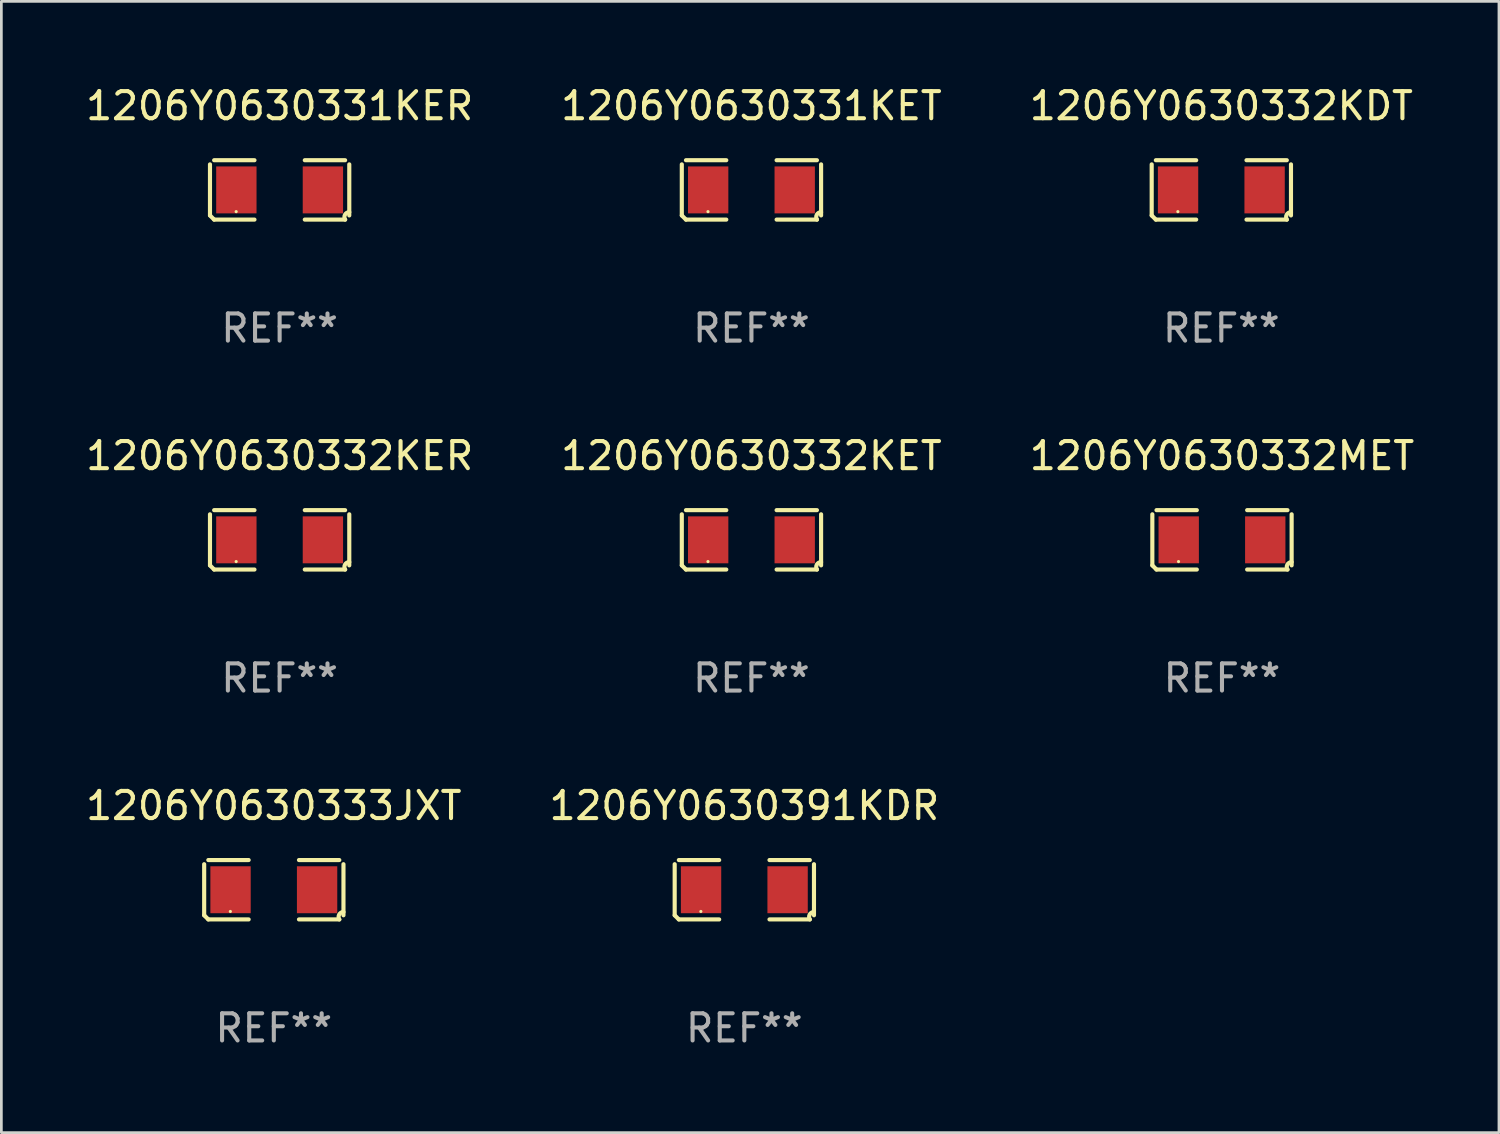
<source format=kicad_pcb>
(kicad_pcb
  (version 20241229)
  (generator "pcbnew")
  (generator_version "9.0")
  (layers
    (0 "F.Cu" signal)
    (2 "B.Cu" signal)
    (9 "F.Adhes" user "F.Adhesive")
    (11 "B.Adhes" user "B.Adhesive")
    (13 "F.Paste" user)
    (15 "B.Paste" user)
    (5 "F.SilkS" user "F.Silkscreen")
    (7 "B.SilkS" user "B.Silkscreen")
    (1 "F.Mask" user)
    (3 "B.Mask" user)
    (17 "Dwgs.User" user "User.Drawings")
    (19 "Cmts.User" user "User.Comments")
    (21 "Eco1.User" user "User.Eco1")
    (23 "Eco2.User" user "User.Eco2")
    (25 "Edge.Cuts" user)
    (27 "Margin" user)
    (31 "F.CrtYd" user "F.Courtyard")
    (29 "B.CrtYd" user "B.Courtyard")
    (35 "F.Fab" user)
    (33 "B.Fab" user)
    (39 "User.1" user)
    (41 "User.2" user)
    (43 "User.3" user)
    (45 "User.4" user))
  (footprint "1206Y0630333JXT"
    (layer "F.Cu")
    (at 7.03 29.704)
    (property "Reference" "1206Y0630333JXT" (at 0 -3.093 0) (layer "F.SilkS") (effects (font (size 1 1) (thickness 0.15))))
    (attr through_hole)
    (fp_line (start -2.564 0.94) (end -2.564 -0.94) (stroke (width 0.152) (type solid)) (layer "F.SilkS"))
    (fp_line (start -2.411 -1.093) (end -0.926 -1.093) (stroke (width 0.152) (type solid)) (layer "F.SilkS"))
    (fp_line (start -0.926 1.093) (end -2.411 1.093) (stroke (width 0.152) (type solid)) (layer "F.SilkS"))
    (fp_line (start 0.926 1.093) (end 2.411 1.093) (stroke (width 0.152) (type solid)) (layer "F.SilkS"))
    (fp_line (start 2.411 -1.093) (end 0.926 -1.093) (stroke (width 0.152) (type solid)) (layer "F.SilkS"))
    (fp_line (start 2.564 0.94) (end 2.564 -0.94) (stroke (width 0.152) (type solid)) (layer "F.SilkS"))
    (fp_arc (start -2.411201 1.092609) (mid -2.487413 1.01642) (end -2.563602 0.940208) (stroke (width 0.1524) (type solid)) (layer "F.SilkS"))
    (fp_arc (start 2.411201 1.092609) (mid 2.407159 0.911226) (end 2.563602 0.819347) (stroke (width 0.1524) (type solid)) (layer "F.SilkS"))
    (fp_circle (center -1.6 0.8) (end -1.57 0.8) (stroke (width 0.06) (type solid)) (fill no) (layer "F.SilkS"))
    (fp_text user "REF**" (at 0 5.093 0) (layer "F.Fab") (effects (font (size 1 1) (thickness 0.15))))
    (pad "1" smd rect (at -1.593 0) (size 1.485 1.728) (layers "F.Cu" "F.Mask" "F.Paste"))
    (pad "2" smd rect (at 1.593 0) (size 1.485 1.728) (layers "F.Cu" "F.Mask" "F.Paste")))
  (footprint "1206Y0630331KER"
    (layer "F.Cu")
    (at 7.244 3.941)
    (property "Reference" "1206Y0630331KER" (at 0 -3.093 0) (layer "F.SilkS") (effects (font (size 1 1) (thickness 0.15))))
    (attr through_hole)
    (fp_line (start -2.564 0.94) (end -2.564 -0.94) (stroke (width 0.152) (type solid)) (layer "F.SilkS"))
    (fp_line (start -2.411 -1.093) (end -0.926 -1.093) (stroke (width 0.152) (type solid)) (layer "F.SilkS"))
    (fp_line (start -0.926 1.093) (end -2.411 1.093) (stroke (width 0.152) (type solid)) (layer "F.SilkS"))
    (fp_line (start 0.926 1.093) (end 2.411 1.093) (stroke (width 0.152) (type solid)) (layer "F.SilkS"))
    (fp_line (start 2.411 -1.093) (end 0.926 -1.093) (stroke (width 0.152) (type solid)) (layer "F.SilkS"))
    (fp_line (start 2.564 0.94) (end 2.564 -0.94) (stroke (width 0.152) (type solid)) (layer "F.SilkS"))
    (fp_arc (start -2.411201 1.092609) (mid -2.487413 1.01642) (end -2.563602 0.940208) (stroke (width 0.1524) (type solid)) (layer "F.SilkS"))
    (fp_arc (start 2.411201 1.092609) (mid 2.407159 0.911226) (end 2.563602 0.819347) (stroke (width 0.1524) (type solid)) (layer "F.SilkS"))
    (fp_circle (center -1.6 0.8) (end -1.57 0.8) (stroke (width 0.06) (type solid)) (fill no) (layer "F.SilkS"))
    (fp_text user "REF**" (at 0 5.093 0) (layer "F.Fab") (effects (font (size 1 1) (thickness 0.15))))
    (pad "1" smd rect (at -1.593 0) (size 1.485 1.728) (layers "F.Cu" "F.Mask" "F.Paste"))
    (pad "2" smd rect (at 1.593 0) (size 1.485 1.728) (layers "F.Cu" "F.Mask" "F.Paste")))
  (footprint "1206Y0630332MET"
    (layer "F.Cu")
    (at 41.935 16.823)
    (property "Reference" "1206Y0630332MET" (at 0 -3.093 0) (layer "F.SilkS") (effects (font (size 1 1) (thickness 0.15))))
    (attr through_hole)
    (fp_line (start -2.564 0.94) (end -2.564 -0.94) (stroke (width 0.152) (type solid)) (layer "F.SilkS"))
    (fp_line (start -2.411 -1.093) (end -0.926 -1.093) (stroke (width 0.152) (type solid)) (layer "F.SilkS"))
    (fp_line (start -0.926 1.093) (end -2.411 1.093) (stroke (width 0.152) (type solid)) (layer "F.SilkS"))
    (fp_line (start 0.926 1.093) (end 2.411 1.093) (stroke (width 0.152) (type solid)) (layer "F.SilkS"))
    (fp_line (start 2.411 -1.093) (end 0.926 -1.093) (stroke (width 0.152) (type solid)) (layer "F.SilkS"))
    (fp_line (start 2.564 0.94) (end 2.564 -0.94) (stroke (width 0.152) (type solid)) (layer "F.SilkS"))
    (fp_arc (start -2.411201 1.092609) (mid -2.487413 1.01642) (end -2.563602 0.940208) (stroke (width 0.1524) (type solid)) (layer "F.SilkS"))
    (fp_arc (start 2.411201 1.092609) (mid 2.407159 0.911226) (end 2.563602 0.819347) (stroke (width 0.1524) (type solid)) (layer "F.SilkS"))
    (fp_circle (center -1.6 0.8) (end -1.57 0.8) (stroke (width 0.06) (type solid)) (fill no) (layer "F.SilkS"))
    (fp_text user "REF**" (at 0 5.093 0) (layer "F.Fab") (effects (font (size 1 1) (thickness 0.15))))
    (pad "1" smd rect (at -1.593 0) (size 1.485 1.728) (layers "F.Cu" "F.Mask" "F.Paste"))
    (pad "2" smd rect (at 1.593 0) (size 1.485 1.728) (layers "F.Cu" "F.Mask" "F.Paste")))
  (footprint "1206Y0630391KDR"
    (layer "F.Cu")
    (at 24.351 29.704)
    (property "Reference" "1206Y0630391KDR" (at 0 -3.093 0) (layer "F.SilkS") (effects (font (size 1 1) (thickness 0.15))))
    (attr through_hole)
    (fp_line (start -2.564 0.94) (end -2.564 -0.94) (stroke (width 0.152) (type solid)) (layer "F.SilkS"))
    (fp_line (start -2.411 -1.093) (end -0.926 -1.093) (stroke (width 0.152) (type solid)) (layer "F.SilkS"))
    (fp_line (start -0.926 1.093) (end -2.411 1.093) (stroke (width 0.152) (type solid)) (layer "F.SilkS"))
    (fp_line (start 0.926 1.093) (end 2.411 1.093) (stroke (width 0.152) (type solid)) (layer "F.SilkS"))
    (fp_line (start 2.411 -1.093) (end 0.926 -1.093) (stroke (width 0.152) (type solid)) (layer "F.SilkS"))
    (fp_line (start 2.564 0.94) (end 2.564 -0.94) (stroke (width 0.152) (type solid)) (layer "F.SilkS"))
    (fp_arc (start -2.411201 1.092609) (mid -2.487413 1.01642) (end -2.563602 0.940208) (stroke (width 0.1524) (type solid)) (layer "F.SilkS"))
    (fp_arc (start 2.411201 1.092609) (mid 2.407159 0.911226) (end 2.563602 0.819347) (stroke (width 0.1524) (type solid)) (layer "F.SilkS"))
    (fp_circle (center -1.6 0.8) (end -1.57 0.8) (stroke (width 0.06) (type solid)) (fill no) (layer "F.SilkS"))
    (fp_text user "REF**" (at 0 5.093 0) (layer "F.Fab") (effects (font (size 1 1) (thickness 0.15))))
    (pad "1" smd rect (at -1.593 0) (size 1.485 1.728) (layers "F.Cu" "F.Mask" "F.Paste"))
    (pad "2" smd rect (at 1.593 0) (size 1.485 1.728) (layers "F.Cu" "F.Mask" "F.Paste")))
  (footprint "1206Y0630332KDT"
    (layer "F.Cu")
    (at 41.911 3.941)
    (property "Reference" "1206Y0630332KDT" (at 0 -3.093 0) (layer "F.SilkS") (effects (font (size 1 1) (thickness 0.15))))
    (attr through_hole)
    (fp_line (start -2.564 0.94) (end -2.564 -0.94) (stroke (width 0.152) (type solid)) (layer "F.SilkS"))
    (fp_line (start -2.411 -1.093) (end -0.926 -1.093) (stroke (width 0.152) (type solid)) (layer "F.SilkS"))
    (fp_line (start -0.926 1.093) (end -2.411 1.093) (stroke (width 0.152) (type solid)) (layer "F.SilkS"))
    (fp_line (start 0.926 1.093) (end 2.411 1.093) (stroke (width 0.152) (type solid)) (layer "F.SilkS"))
    (fp_line (start 2.411 -1.093) (end 0.926 -1.093) (stroke (width 0.152) (type solid)) (layer "F.SilkS"))
    (fp_line (start 2.564 0.94) (end 2.564 -0.94) (stroke (width 0.152) (type solid)) (layer "F.SilkS"))
    (fp_arc (start -2.411201 1.092609) (mid -2.487413 1.01642) (end -2.563602 0.940208) (stroke (width 0.1524) (type solid)) (layer "F.SilkS"))
    (fp_arc (start 2.411201 1.092609) (mid 2.407159 0.911226) (end 2.563602 0.819347) (stroke (width 0.1524) (type solid)) (layer "F.SilkS"))
    (fp_circle (center -1.6 0.8) (end -1.57 0.8) (stroke (width 0.06) (type solid)) (fill no) (layer "F.SilkS"))
    (fp_text user "REF**" (at 0 5.093 0) (layer "F.Fab") (effects (font (size 1 1) (thickness 0.15))))
    (pad "1" smd rect (at -1.593 0) (size 1.485 1.728) (layers "F.Cu" "F.Mask" "F.Paste"))
    (pad "2" smd rect (at 1.593 0) (size 1.485 1.728) (layers "F.Cu" "F.Mask" "F.Paste")))
  (footprint "1206Y0630331KET"
    (layer "F.Cu")
    (at 24.613 3.941)
    (property "Reference" "1206Y0630331KET" (at 0 -3.093 0) (layer "F.SilkS") (effects (font (size 1 1) (thickness 0.15))))
    (attr through_hole)
    (fp_line (start -2.564 0.94) (end -2.564 -0.94) (stroke (width 0.152) (type solid)) (layer "F.SilkS"))
    (fp_line (start -2.411 -1.093) (end -0.926 -1.093) (stroke (width 0.152) (type solid)) (layer "F.SilkS"))
    (fp_line (start -0.926 1.093) (end -2.411 1.093) (stroke (width 0.152) (type solid)) (layer "F.SilkS"))
    (fp_line (start 0.926 1.093) (end 2.411 1.093) (stroke (width 0.152) (type solid)) (layer "F.SilkS"))
    (fp_line (start 2.411 -1.093) (end 0.926 -1.093) (stroke (width 0.152) (type solid)) (layer "F.SilkS"))
    (fp_line (start 2.564 0.94) (end 2.564 -0.94) (stroke (width 0.152) (type solid)) (layer "F.SilkS"))
    (fp_arc (start -2.411201 1.092609) (mid -2.487413 1.01642) (end -2.563602 0.940208) (stroke (width 0.1524) (type solid)) (layer "F.SilkS"))
    (fp_arc (start 2.411201 1.092609) (mid 2.407159 0.911226) (end 2.563602 0.819347) (stroke (width 0.1524) (type solid)) (layer "F.SilkS"))
    (fp_circle (center -1.6 0.8) (end -1.57 0.8) (stroke (width 0.06) (type solid)) (fill no) (layer "F.SilkS"))
    (fp_text user "REF**" (at 0 5.093 0) (layer "F.Fab") (effects (font (size 1 1) (thickness 0.15))))
    (pad "1" smd rect (at -1.593 0) (size 1.485 1.728) (layers "F.Cu" "F.Mask" "F.Paste"))
    (pad "2" smd rect (at 1.593 0) (size 1.485 1.728) (layers "F.Cu" "F.Mask" "F.Paste")))
  (footprint "1206Y0630332KER"
    (layer "F.Cu")
    (at 7.244 16.823)
    (property "Reference" "1206Y0630332KER" (at 0 -3.093 0) (layer "F.SilkS") (effects (font (size 1 1) (thickness 0.15))))
    (attr through_hole)
    (fp_line (start -2.564 0.94) (end -2.564 -0.94) (stroke (width 0.152) (type solid)) (layer "F.SilkS"))
    (fp_line (start -2.411 -1.093) (end -0.926 -1.093) (stroke (width 0.152) (type solid)) (layer "F.SilkS"))
    (fp_line (start -0.926 1.093) (end -2.411 1.093) (stroke (width 0.152) (type solid)) (layer "F.SilkS"))
    (fp_line (start 0.926 1.093) (end 2.411 1.093) (stroke (width 0.152) (type solid)) (layer "F.SilkS"))
    (fp_line (start 2.411 -1.093) (end 0.926 -1.093) (stroke (width 0.152) (type solid)) (layer "F.SilkS"))
    (fp_line (start 2.564 0.94) (end 2.564 -0.94) (stroke (width 0.152) (type solid)) (layer "F.SilkS"))
    (fp_arc (start -2.411201 1.092609) (mid -2.487413 1.01642) (end -2.563602 0.940208) (stroke (width 0.1524) (type solid)) (layer "F.SilkS"))
    (fp_arc (start 2.411201 1.092609) (mid 2.407159 0.911226) (end 2.563602 0.819347) (stroke (width 0.1524) (type solid)) (layer "F.SilkS"))
    (fp_circle (center -1.6 0.8) (end -1.57 0.8) (stroke (width 0.06) (type solid)) (fill no) (layer "F.SilkS"))
    (fp_text user "REF**" (at 0 5.093 0) (layer "F.Fab") (effects (font (size 1 1) (thickness 0.15))))
    (pad "1" smd rect (at -1.593 0) (size 1.485 1.728) (layers "F.Cu" "F.Mask" "F.Paste"))
    (pad "2" smd rect (at 1.593 0) (size 1.485 1.728) (layers "F.Cu" "F.Mask" "F.Paste")))
  (footprint "1206Y0630332KET"
    (layer "F.Cu")
    (at 24.613 16.823)
    (property "Reference" "1206Y0630332KET" (at 0 -3.093 0) (layer "F.SilkS") (effects (font (size 1 1) (thickness 0.15))))
    (attr through_hole)
    (fp_line (start -2.564 0.94) (end -2.564 -0.94) (stroke (width 0.152) (type solid)) (layer "F.SilkS"))
    (fp_line (start -2.411 -1.093) (end -0.926 -1.093) (stroke (width 0.152) (type solid)) (layer "F.SilkS"))
    (fp_line (start -0.926 1.093) (end -2.411 1.093) (stroke (width 0.152) (type solid)) (layer "F.SilkS"))
    (fp_line (start 0.926 1.093) (end 2.411 1.093) (stroke (width 0.152) (type solid)) (layer "F.SilkS"))
    (fp_line (start 2.411 -1.093) (end 0.926 -1.093) (stroke (width 0.152) (type solid)) (layer "F.SilkS"))
    (fp_line (start 2.564 0.94) (end 2.564 -0.94) (stroke (width 0.152) (type solid)) (layer "F.SilkS"))
    (fp_arc (start -2.411201 1.092609) (mid -2.487413 1.01642) (end -2.563602 0.940208) (stroke (width 0.1524) (type solid)) (layer "F.SilkS"))
    (fp_arc (start 2.411201 1.092609) (mid 2.407159 0.911226) (end 2.563602 0.819347) (stroke (width 0.1524) (type solid)) (layer "F.SilkS"))
    (fp_circle (center -1.6 0.8) (end -1.57 0.8) (stroke (width 0.06) (type solid)) (fill no) (layer "F.SilkS"))
    (fp_text user "REF**" (at 0 5.093 0) (layer "F.Fab") (effects (font (size 1 1) (thickness 0.15))))
    (pad "1" smd rect (at -1.593 0) (size 1.485 1.728) (layers "F.Cu" "F.Mask" "F.Paste"))
    (pad "2" smd rect (at 1.593 0) (size 1.485 1.728) (layers "F.Cu" "F.Mask" "F.Paste")))
  (gr_rect
    (start -3 -3)
    (end 52.131 38.645)
    (stroke (width 0.1) (type default))
    (fill no)
    (layer "Edge.Cuts")))
</source>
